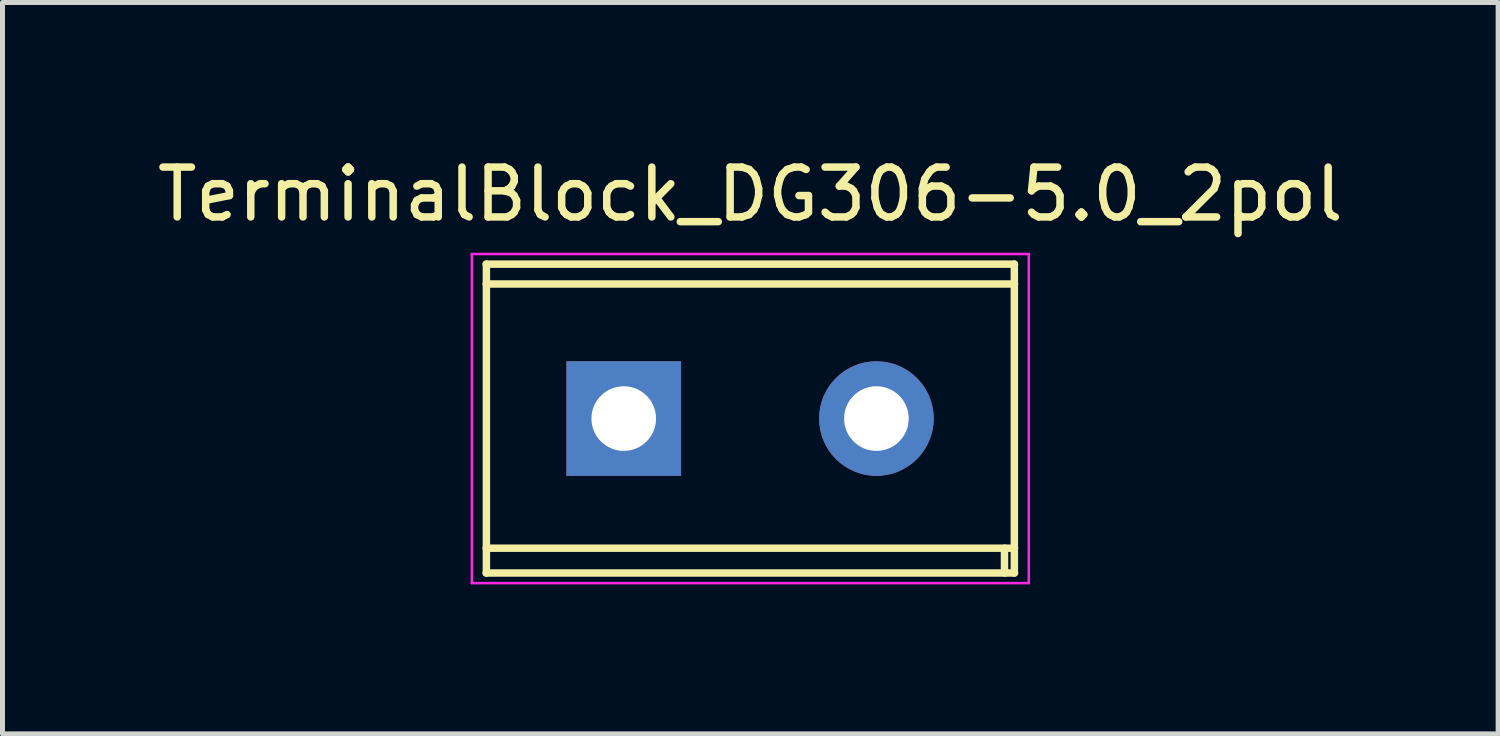
<source format=kicad_pcb>
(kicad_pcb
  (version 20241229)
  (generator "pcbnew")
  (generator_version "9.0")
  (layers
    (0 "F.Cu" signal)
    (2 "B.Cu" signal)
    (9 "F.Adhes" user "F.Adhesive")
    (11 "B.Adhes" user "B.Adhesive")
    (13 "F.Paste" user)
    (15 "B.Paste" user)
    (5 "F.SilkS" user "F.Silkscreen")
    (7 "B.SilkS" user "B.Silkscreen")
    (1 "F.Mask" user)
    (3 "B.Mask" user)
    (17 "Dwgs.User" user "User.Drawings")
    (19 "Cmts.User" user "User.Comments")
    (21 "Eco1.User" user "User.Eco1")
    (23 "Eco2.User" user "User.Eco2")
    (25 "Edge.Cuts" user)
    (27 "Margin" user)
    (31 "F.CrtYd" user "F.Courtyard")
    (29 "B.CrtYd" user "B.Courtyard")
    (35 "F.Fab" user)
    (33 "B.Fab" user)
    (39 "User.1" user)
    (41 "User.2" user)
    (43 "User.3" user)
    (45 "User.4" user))
  (footprint "TerminalBlock_DG306-5.0_2pol"
    (layer "F.Cu")
    (at 8.196 5.349)
    (property "Reference" "TerminalBlock_DG306-5.0_2pol" (at 3.81 -4.501 0) (layer "F.SilkS") (effects (font (size 1 1) (thickness 0.15))))
    (attr through_hole)
    (fp_line (start -1.491 -2.7) (end 9.111 -2.7) (stroke (width 0.15) (type solid)) (layer "F.SilkS"))
    (fp_line (start -1.491 2.601) (end 9.111 2.601) (stroke (width 0.15) (type solid)) (layer "F.SilkS"))
    (fp_line (start -1.486 -3.099) (end -1.486 3.099) (stroke (width 0.15) (type solid)) (layer "F.SilkS"))
    (fp_line (start 8.91 2.601) (end 8.91 3.099) (stroke (width 0.15) (type solid)) (layer "F.SilkS"))
    (fp_line (start 9.108 3.099) (end 9.108 -3.099) (stroke (width 0.15) (type solid)) (layer "F.SilkS"))
    (fp_line (start 9.111 -3.099) (end -1.491 -3.099) (stroke (width 0.15) (type solid)) (layer "F.SilkS"))
    (fp_line (start 9.111 3.099) (end -1.491 3.099) (stroke (width 0.15) (type solid)) (layer "F.SilkS"))
    (fp_line (start -1.778 -3.302) (end 9.398 -3.302) (stroke (width 0.05) (type solid)) (layer "F.CrtYd"))
    (fp_line (start -1.778 3.302) (end -1.778 -3.302) (stroke (width 0.05) (type solid)) (layer "F.CrtYd"))
    (fp_line (start 9.398 -3.302) (end 9.398 3.302) (stroke (width 0.05) (type solid)) (layer "F.CrtYd"))
    (fp_line (start 9.398 3.302) (end -1.778 3.302) (stroke (width 0.05) (type solid)) (layer "F.CrtYd"))
    (pad "1" thru_hole rect (at 1.27 0 180) (size 2.3 2.3) (drill 1.297) (layers "*.Cu" "*.Mask"))
    (pad "2" thru_hole circle (at 6.34 0 180) (size 2.3 2.3) (drill 1.297) (layers "*.Cu" "*.Mask")))
  (gr_rect
    (start -3 -3)
    (end 27.012 11.676)
    (stroke (width 0.1) (type default))
    (fill no)
    (layer "Edge.Cuts")))
</source>
